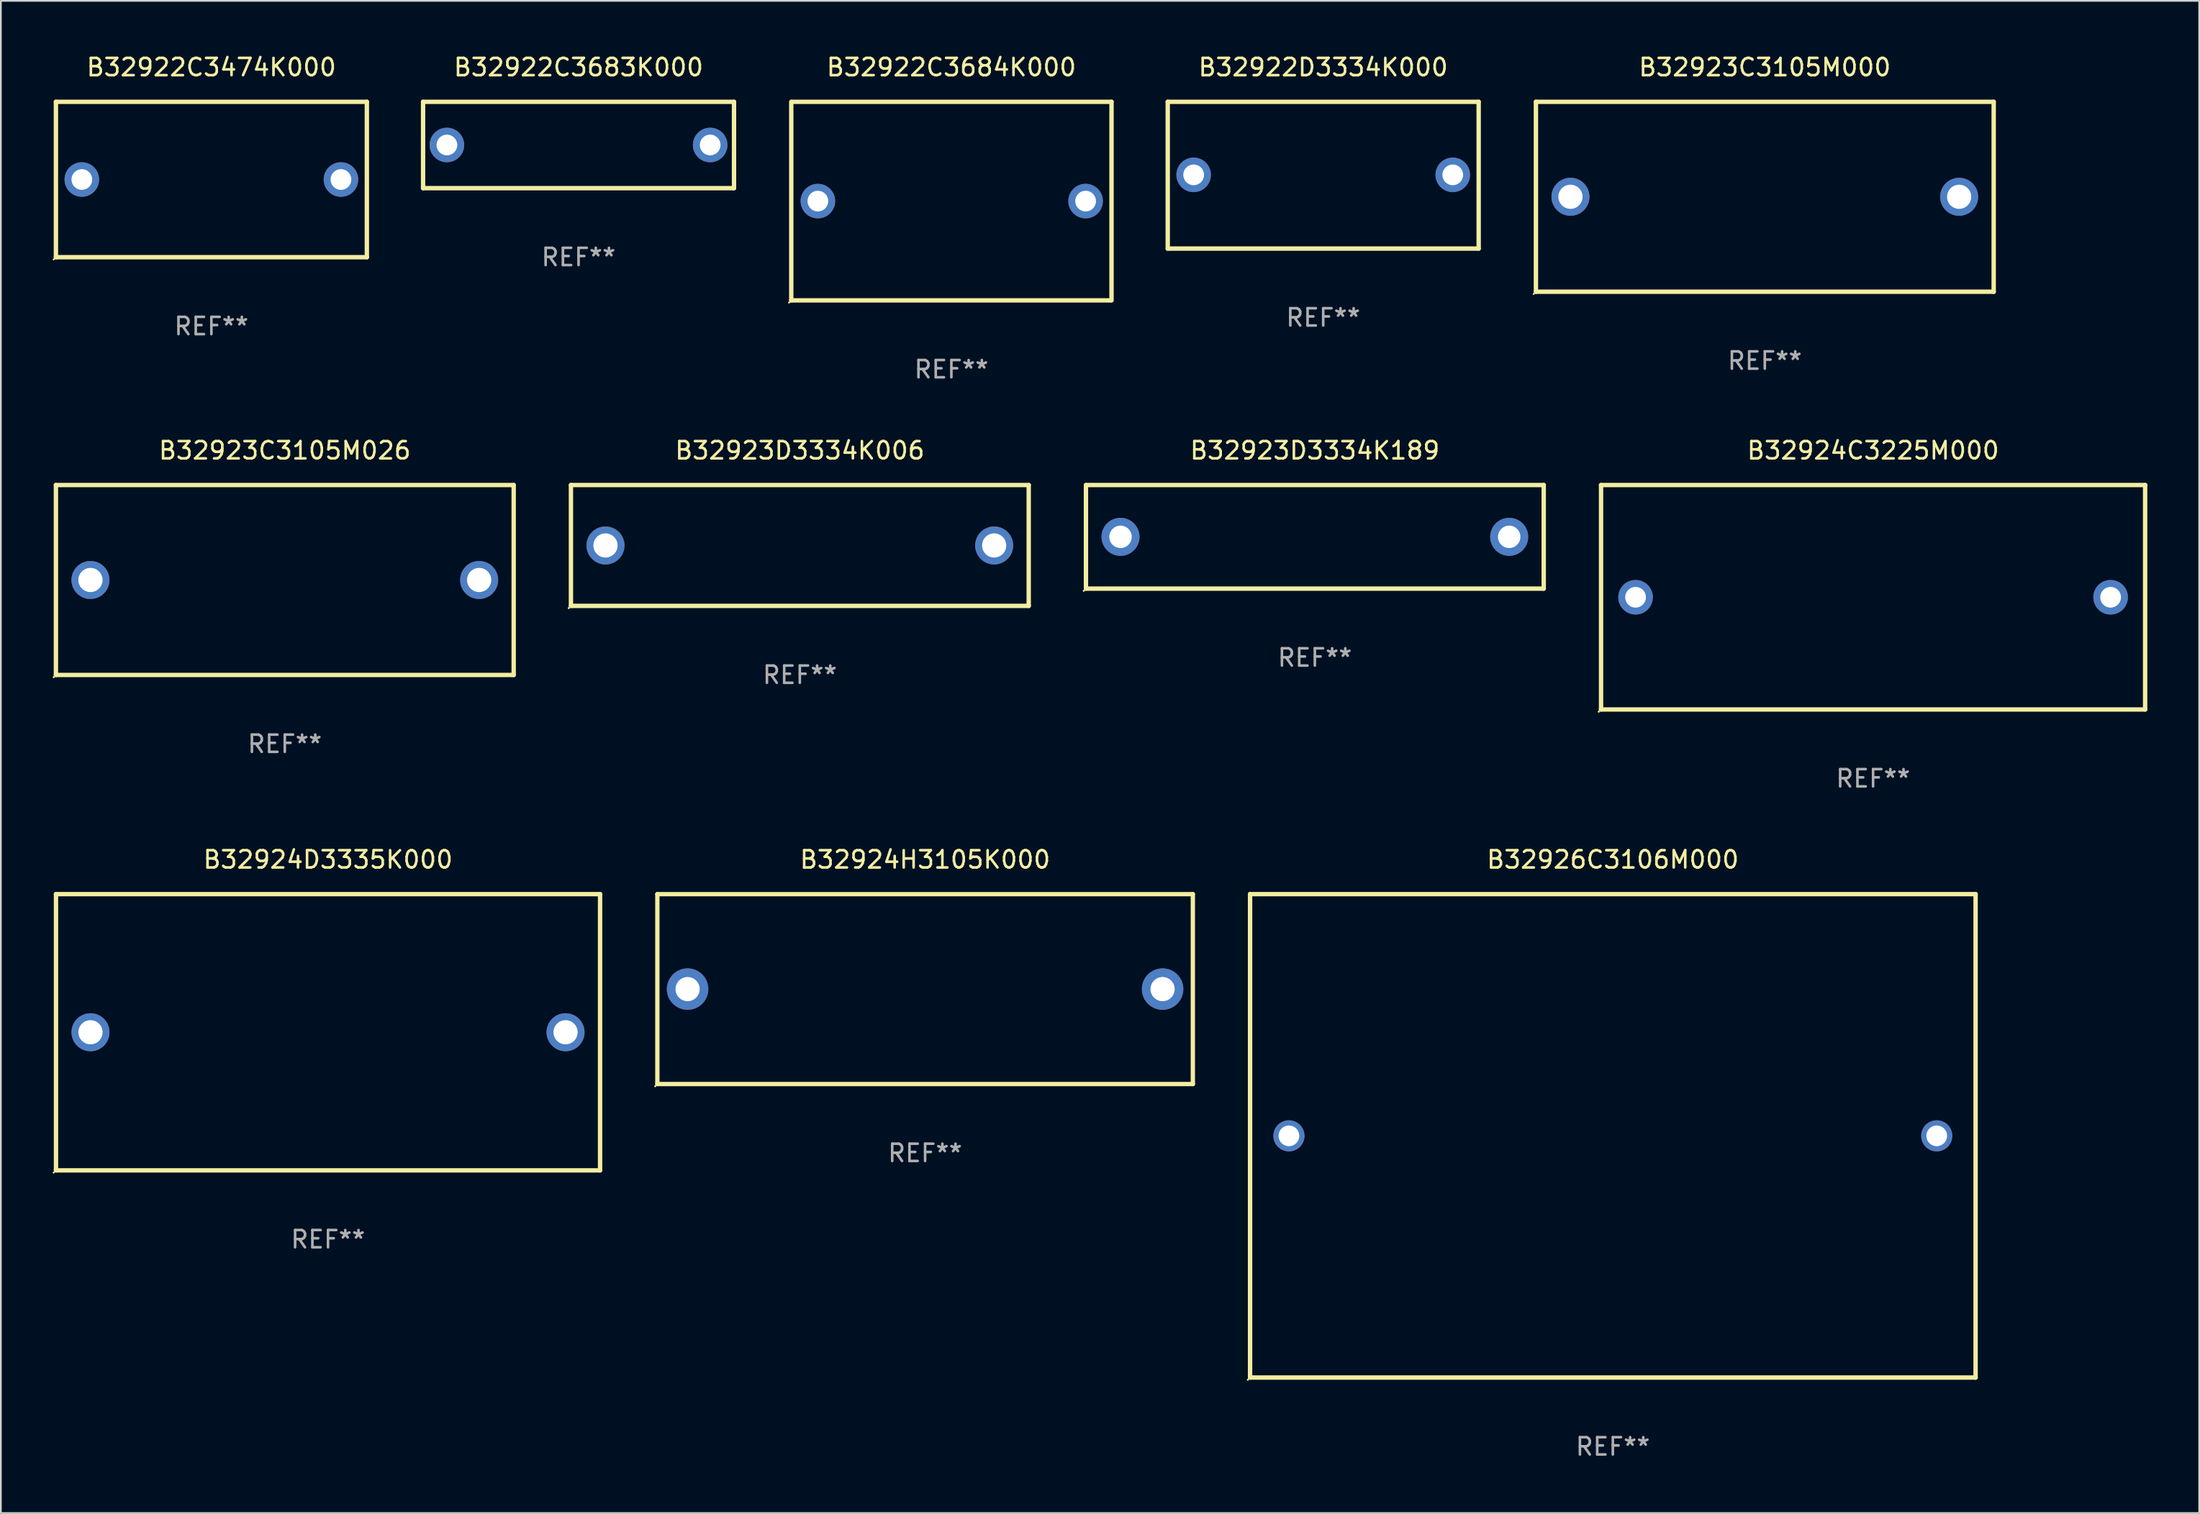
<source format=kicad_pcb>
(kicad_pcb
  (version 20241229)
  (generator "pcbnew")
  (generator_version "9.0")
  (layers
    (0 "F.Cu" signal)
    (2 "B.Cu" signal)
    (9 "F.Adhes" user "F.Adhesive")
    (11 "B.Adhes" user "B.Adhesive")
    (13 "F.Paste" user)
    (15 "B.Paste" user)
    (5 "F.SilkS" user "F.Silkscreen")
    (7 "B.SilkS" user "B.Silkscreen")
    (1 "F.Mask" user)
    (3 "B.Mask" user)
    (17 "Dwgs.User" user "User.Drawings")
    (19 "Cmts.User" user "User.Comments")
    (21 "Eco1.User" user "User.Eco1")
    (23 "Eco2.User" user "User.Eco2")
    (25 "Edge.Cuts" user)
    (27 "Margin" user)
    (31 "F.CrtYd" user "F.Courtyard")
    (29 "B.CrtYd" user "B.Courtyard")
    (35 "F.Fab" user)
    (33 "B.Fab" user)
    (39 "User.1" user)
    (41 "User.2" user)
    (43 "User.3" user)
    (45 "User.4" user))
  (footprint "B32922D3334K000"
    (layer "F.Cu")
    (at 73.549 7.098)
    (property "Reference" "B32922D3334K000" (at 0 -6.25 0) (layer "F.SilkS") (effects (font (size 1 1) (thickness 0.15))))
    (attr through_hole)
    (fp_line (start -9 -4.25) (end -9 4.25) (stroke (width 0.254) (type solid)) (layer "F.SilkS"))
    (fp_line (start -9 -4.25) (end 9 -4.25) (stroke (width 0.254) (type solid)) (layer "F.SilkS"))
    (fp_line (start -9 4.25) (end 9 4.25) (stroke (width 0.254) (type solid)) (layer "F.SilkS"))
    (fp_line (start 9 -4.25) (end 9 4.25) (stroke (width 0.254) (type solid)) (layer "F.SilkS"))
    (fp_circle (center -9 4.23) (end -8.97 4.23) (stroke (width 0.06) (type solid)) (fill no) (layer "F.SilkS"))
    (fp_text user "REF**" (at 0 8.25 0) (layer "F.Fab") (effects (font (size 1 1) (thickness 0.15))))
    (pad "1" thru_hole circle (at -7.5 -0.02) (size 2 2) (drill 1.2) (layers "*.Cu" "*.Mask"))
    (pad "2" thru_hole circle (at 7.5 -0.02) (size 2 2) (drill 1.2) (layers "*.Cu" "*.Mask")))
  (footprint "B32923D3334K006"
    (layer "F.Cu")
    (at 43.251 28.545)
    (property "Reference" "B32923D3334K006" (at 0 -5.5 0) (layer "F.SilkS") (effects (font (size 1 1) (thickness 0.15))))
    (attr through_hole)
    (fp_line (start -13.25 -3.5) (end 13.25 -3.5) (stroke (width 0.254) (type solid)) (layer "F.SilkS"))
    (fp_line (start -13.25 3.5) (end -13.25 -3.5) (stroke (width 0.254) (type solid)) (layer "F.SilkS"))
    (fp_line (start 13.25 -3.5) (end 13.25 3.5) (stroke (width 0.254) (type solid)) (layer "F.SilkS"))
    (fp_line (start 13.25 3.5) (end -13.25 3.5) (stroke (width 0.254) (type solid)) (layer "F.SilkS"))
    (fp_circle (center -13.377 3.627) (end -13.347 3.627) (stroke (width 0.06) (type solid)) (fill no) (layer "F.SilkS"))
    (fp_text user "REF**" (at 0 7.5 0) (layer "F.Fab") (effects (font (size 1 1) (thickness 0.15))))
    (pad "1" thru_hole circle (at -11.25 0) (size 2.2 2.2) (drill 1.4) (layers "*.Cu" "*.Mask"))
    (pad "2" thru_hole circle (at 11.25 0) (size 2.2 2.2) (drill 1.4) (layers "*.Cu" "*.Mask")))
  (footprint "B32923D3334K189"
    (layer "F.Cu")
    (at 73.065 28.045)
    (property "Reference" "B32923D3334K189" (at 0 -5 0) (layer "F.SilkS") (effects (font (size 1 1) (thickness 0.15))))
    (attr through_hole)
    (fp_line (start -13.25 -3) (end 13.25 -3) (stroke (width 0.254) (type solid)) (layer "F.SilkS"))
    (fp_line (start -13.25 3) (end -13.25 -3) (stroke (width 0.254) (type solid)) (layer "F.SilkS"))
    (fp_line (start 13.25 -3) (end 13.25 3) (stroke (width 0.254) (type solid)) (layer "F.SilkS"))
    (fp_line (start 13.25 3) (end -13.25 3) (stroke (width 0.254) (type solid)) (layer "F.SilkS"))
    (fp_circle (center -13.377 3.127) (end -13.347 3.127) (stroke (width 0.06) (type solid)) (fill no) (layer "F.SilkS"))
    (fp_text user "REF**" (at 0 7 0) (layer "F.Fab") (effects (font (size 1 1) (thickness 0.15))))
    (pad "1" thru_hole circle (at -11.25 0) (size 2.2 2.2) (drill 1.3) (layers "*.Cu" "*.Mask"))
    (pad "2" thru_hole circle (at 11.25 0) (size 2.2 2.2) (drill 1.3) (layers "*.Cu" "*.Mask")))
  (footprint "B32922C3684K000"
    (layer "F.Cu")
    (at 52.025 8.598)
    (property "Reference" "B32922C3684K000" (at 0 -7.75 0) (layer "F.SilkS") (effects (font (size 1 1) (thickness 0.15))))
    (attr through_hole)
    (fp_line (start -9.27 5.75) (end -9.27 -5.75) (stroke (width 0.254) (type solid)) (layer "F.SilkS"))
    (fp_line (start -9.23 -5.75) (end 9.27 -5.75) (stroke (width 0.254) (type solid)) (layer "F.SilkS"))
    (fp_line (start 9.23 5.75) (end -9.27 5.75) (stroke (width 0.254) (type solid)) (layer "F.SilkS"))
    (fp_line (start 9.27 -5.75) (end 9.27 5.75) (stroke (width 0.254) (type solid)) (layer "F.SilkS"))
    (fp_circle (center -9.397 5.877) (end -9.367 5.877) (stroke (width 0.06) (type solid)) (fill no) (layer "F.SilkS"))
    (fp_text user "REF**" (at 0 9.75 0) (layer "F.Fab") (effects (font (size 1 1) (thickness 0.15))))
    (pad "1" thru_hole circle (at -7.73 0) (size 2 2) (drill 1.2) (layers "*.Cu" "*.Mask"))
    (pad "2" thru_hole circle (at 7.77 0) (size 2 2) (drill 1.2) (layers "*.Cu" "*.Mask")))
  (footprint "B32923C3105M026"
    (layer "F.Cu")
    (at 13.437 30.545)
    (property "Reference" "B32923C3105M026" (at 0 -7.5 0) (layer "F.SilkS") (effects (font (size 1 1) (thickness 0.15))))
    (attr through_hole)
    (fp_line (start -13.25 -5.5) (end 13.25 -5.5) (stroke (width 0.254) (type solid)) (layer "F.SilkS"))
    (fp_line (start -13.25 5.5) (end -13.25 -5.5) (stroke (width 0.254) (type solid)) (layer "F.SilkS"))
    (fp_line (start 13.25 -5.5) (end 13.25 5.5) (stroke (width 0.254) (type solid)) (layer "F.SilkS"))
    (fp_line (start 13.25 5.5) (end -13.25 5.5) (stroke (width 0.254) (type solid)) (layer "F.SilkS"))
    (fp_circle (center -13.377 5.627) (end -13.347 5.627) (stroke (width 0.06) (type solid)) (fill no) (layer "F.SilkS"))
    (fp_text user "REF**" (at 0 9.5 0) (layer "F.Fab") (effects (font (size 1 1) (thickness 0.15))))
    (pad "1" thru_hole circle (at -11.25 0) (size 2.2 2.2) (drill 1.4) (layers "*.Cu" "*.Mask"))
    (pad "2" thru_hole circle (at 11.25 0) (size 2.2 2.2) (drill 1.4) (layers "*.Cu" "*.Mask")))
  (footprint "B32924H3105K000"
    (layer "F.Cu")
    (at 50.503 54.241)
    (property "Reference" "B32924H3105K000" (at 0 -7.5 0) (layer "F.SilkS") (effects (font (size 1 1) (thickness 0.15))))
    (attr through_hole)
    (fp_line (start -15.5 -5.5) (end 15.499 -5.5) (stroke (width 0.25) (type solid)) (layer "F.SilkS"))
    (fp_line (start -15.5 5.5) (end -15.5 -5.5) (stroke (width 0.25) (type solid)) (layer "F.SilkS"))
    (fp_line (start -15.499 5.5) (end 15.5 5.5) (stroke (width 0.25) (type solid)) (layer "F.SilkS"))
    (fp_line (start 15.5 -5.5) (end 15.5 5.5) (stroke (width 0.25) (type solid)) (layer "F.SilkS"))
    (fp_circle (center -15.625 5.625) (end -15.595 5.625) (stroke (width 0.06) (type solid)) (fill no) (layer "F.SilkS"))
    (fp_text user "REF**" (at 0 9.5 0) (layer "F.Fab") (effects (font (size 1 1) (thickness 0.15))))
    (pad "1" thru_hole circle (at -13.749 0) (size 2.4 2.4) (drill 1.4) (layers "*.Cu" "*.Mask"))
    (pad "2" thru_hole circle (at 13.749 0) (size 2.4 2.4) (drill 1.4) (layers "*.Cu" "*.Mask")))
  (footprint "B32926C3106M000"
    (layer "F.Cu")
    (at 90.315 62.741)
    (property "Reference" "B32926C3106M000" (at 0 -16 0) (layer "F.SilkS") (effects (font (size 1 1) (thickness 0.15))))
    (attr through_hole)
    (fp_line (start -21 -14) (end -21 14) (stroke (width 0.254) (type solid)) (layer "F.SilkS"))
    (fp_line (start -21 -14) (end 21 -14) (stroke (width 0.254) (type solid)) (layer "F.SilkS"))
    (fp_line (start -21 14) (end 21 14) (stroke (width 0.254) (type solid)) (layer "F.SilkS"))
    (fp_line (start 21 -14) (end 21 14) (stroke (width 0.254) (type solid)) (layer "F.SilkS"))
    (fp_circle (center -21.127 14.127) (end -21.097 14.127) (stroke (width 0.06) (type solid)) (fill no) (layer "F.SilkS"))
    (fp_text user "REF**" (at 0 18 0) (layer "F.Fab") (effects (font (size 1 1) (thickness 0.15))))
    (pad "1" thru_hole circle (at -18.75 0) (size 1.8 1.8) (drill 1.2) (layers "*.Cu" "*.Mask"))
    (pad "2" thru_hole circle (at 18.75 0) (size 1.8 1.8) (drill 1.2) (layers "*.Cu" "*.Mask")))
  (footprint "B32924D3335K000"
    (layer "F.Cu")
    (at 15.939 56.741)
    (property "Reference" "B32924D3335K000" (at 0 -10 0) (layer "F.SilkS") (effects (font (size 1 1) (thickness 0.15))))
    (attr through_hole)
    (fp_line (start -15.748 -8) (end 15.752 -8) (stroke (width 0.254) (type solid)) (layer "F.SilkS"))
    (fp_line (start -15.748 8) (end -15.748 -8) (stroke (width 0.254) (type solid)) (layer "F.SilkS"))
    (fp_line (start 15.748 -8) (end 15.748 8) (stroke (width 0.254) (type solid)) (layer "F.SilkS"))
    (fp_line (start 15.748 8) (end -15.752 8) (stroke (width 0.254) (type solid)) (layer "F.SilkS"))
    (fp_circle (center -15.879 8.127) (end -15.849 8.127) (stroke (width 0.06) (type solid)) (fill no) (layer "F.SilkS"))
    (fp_text user "REF**" (at 0 12 0) (layer "F.Fab") (effects (font (size 1 1) (thickness 0.15))))
    (pad "1" thru_hole circle (at -13.75 0) (size 2.2 2.2) (drill 1.4) (layers "*.Cu" "*.Mask"))
    (pad "2" thru_hole circle (at 13.75 0) (size 2.2 2.2) (drill 1.4) (layers "*.Cu" "*.Mask")))
  (footprint "B32922C3683K000"
    (layer "F.Cu")
    (at 30.441 5.348)
    (property "Reference" "B32922C3683K000" (at 0 -4.5 0) (layer "F.SilkS") (effects (font (size 1 1) (thickness 0.15))))
    (attr through_hole)
    (fp_line (start -9 -2.5) (end 9 -2.5) (stroke (width 0.254) (type solid)) (layer "F.SilkS"))
    (fp_line (start -9 2.5) (end -9 -2.5) (stroke (width 0.254) (type solid)) (layer "F.SilkS"))
    (fp_line (start 9 -2.5) (end 9 2.5) (stroke (width 0.254) (type solid)) (layer "F.SilkS"))
    (fp_line (start 9 2.5) (end -9 2.5) (stroke (width 0.254) (type solid)) (layer "F.SilkS"))
    (fp_circle (center -9 2.5) (end -8.97 2.5) (stroke (width 0.06) (type solid)) (fill no) (layer "F.SilkS"))
    (fp_text user "REF**" (at 0 6.5 0) (layer "F.Fab") (effects (font (size 1 1) (thickness 0.15))))
    (pad "1" thru_hole circle (at -7.62 -0.000127) (size 2 2) (drill 1.2) (layers "*.Cu" "*.Mask"))
    (pad "2" thru_hole circle (at 7.62 -0.000127) (size 2 2) (drill 1.2) (layers "*.Cu" "*.Mask")))
  (footprint "B32924C3225M000"
    (layer "F.Cu")
    (at 105.381 31.545)
    (property "Reference" "B32924C3225M000" (at 0 -8.5 0) (layer "F.SilkS") (effects (font (size 1 1) (thickness 0.15))))
    (attr through_hole)
    (fp_line (start -15.748 -6.5) (end 15.752 -6.5) (stroke (width 0.254) (type solid)) (layer "F.SilkS"))
    (fp_line (start -15.748 6.5) (end -15.748 -6.5) (stroke (width 0.254) (type solid)) (layer "F.SilkS"))
    (fp_line (start 15.748 -6.5) (end 15.748 6.5) (stroke (width 0.254) (type solid)) (layer "F.SilkS"))
    (fp_line (start 15.748 6.5) (end -15.752 6.5) (stroke (width 0.254) (type solid)) (layer "F.SilkS"))
    (fp_circle (center -15.879 6.627) (end -15.849 6.627) (stroke (width 0.06) (type solid)) (fill no) (layer "F.SilkS"))
    (fp_text user "REF**" (at 0 10.5 0) (layer "F.Fab") (effects (font (size 1 1) (thickness 0.15))))
    (pad "1" thru_hole circle (at -13.75 0) (size 2 2) (drill 1.2) (layers "*.Cu" "*.Mask"))
    (pad "2" thru_hole circle (at 13.75 0) (size 2 2) (drill 1.2) (layers "*.Cu" "*.Mask")))
  (footprint "B32922C3474K000"
    (layer "F.Cu")
    (at 9.187 7.348)
    (property "Reference" "B32922C3474K000" (at 0 -6.5 0) (layer "F.SilkS") (effects (font (size 1 1) (thickness 0.15))))
    (attr through_hole)
    (fp_line (start -9 -4.5) (end 9 -4.5) (stroke (width 0.254) (type solid)) (layer "F.SilkS"))
    (fp_line (start -9 4.5) (end -9 -4.5) (stroke (width 0.254) (type solid)) (layer "F.SilkS"))
    (fp_line (start 9 -4.5) (end 9 4.5) (stroke (width 0.254) (type solid)) (layer "F.SilkS"))
    (fp_line (start 9 4.5) (end -9 4.5) (stroke (width 0.254) (type solid)) (layer "F.SilkS"))
    (fp_circle (center -9.127 4.627) (end -9.097 4.627) (stroke (width 0.06) (type solid)) (fill no) (layer "F.SilkS"))
    (fp_text user "REF**" (at 0 8.5 0) (layer "F.Fab") (effects (font (size 1 1) (thickness 0.15))))
    (pad "1" thru_hole circle (at -7.5 -0.000127) (size 2 2) (drill 1.2) (layers "*.Cu" "*.Mask"))
    (pad "2" thru_hole circle (at 7.5 -0.000127) (size 2 2) (drill 1.2) (layers "*.Cu" "*.Mask")))
  (footprint "B32923C3105M000"
    (layer "F.Cu")
    (at 99.113 8.348)
    (property "Reference" "B32923C3105M000" (at 0 -7.5 0) (layer "F.SilkS") (effects (font (size 1 1) (thickness 0.15))))
    (attr through_hole)
    (fp_line (start -13.25 -5.5) (end 13.25 -5.5) (stroke (width 0.254) (type solid)) (layer "F.SilkS"))
    (fp_line (start -13.25 5.5) (end -13.25 -5.5) (stroke (width 0.254) (type solid)) (layer "F.SilkS"))
    (fp_line (start 13.25 -5.5) (end 13.25 5.5) (stroke (width 0.254) (type solid)) (layer "F.SilkS"))
    (fp_line (start 13.25 5.5) (end -13.25 5.5) (stroke (width 0.254) (type solid)) (layer "F.SilkS"))
    (fp_circle (center -13.377 5.627) (end -13.347 5.627) (stroke (width 0.06) (type solid)) (fill no) (layer "F.SilkS"))
    (fp_text user "REF**" (at 0 9.5 0) (layer "F.Fab") (effects (font (size 1 1) (thickness 0.15))))
    (pad "1" thru_hole circle (at -11.25 0) (size 2.2 2.2) (drill 1.4) (layers "*.Cu" "*.Mask"))
    (pad "2" thru_hole circle (at 11.25 0) (size 2.2 2.2) (drill 1.4) (layers "*.Cu" "*.Mask")))
  (gr_rect
    (start -3 -3)
    (end 124.26 84.59)
    (stroke (width 0.1) (type default))
    (fill no)
    (layer "Edge.Cuts")))
</source>
